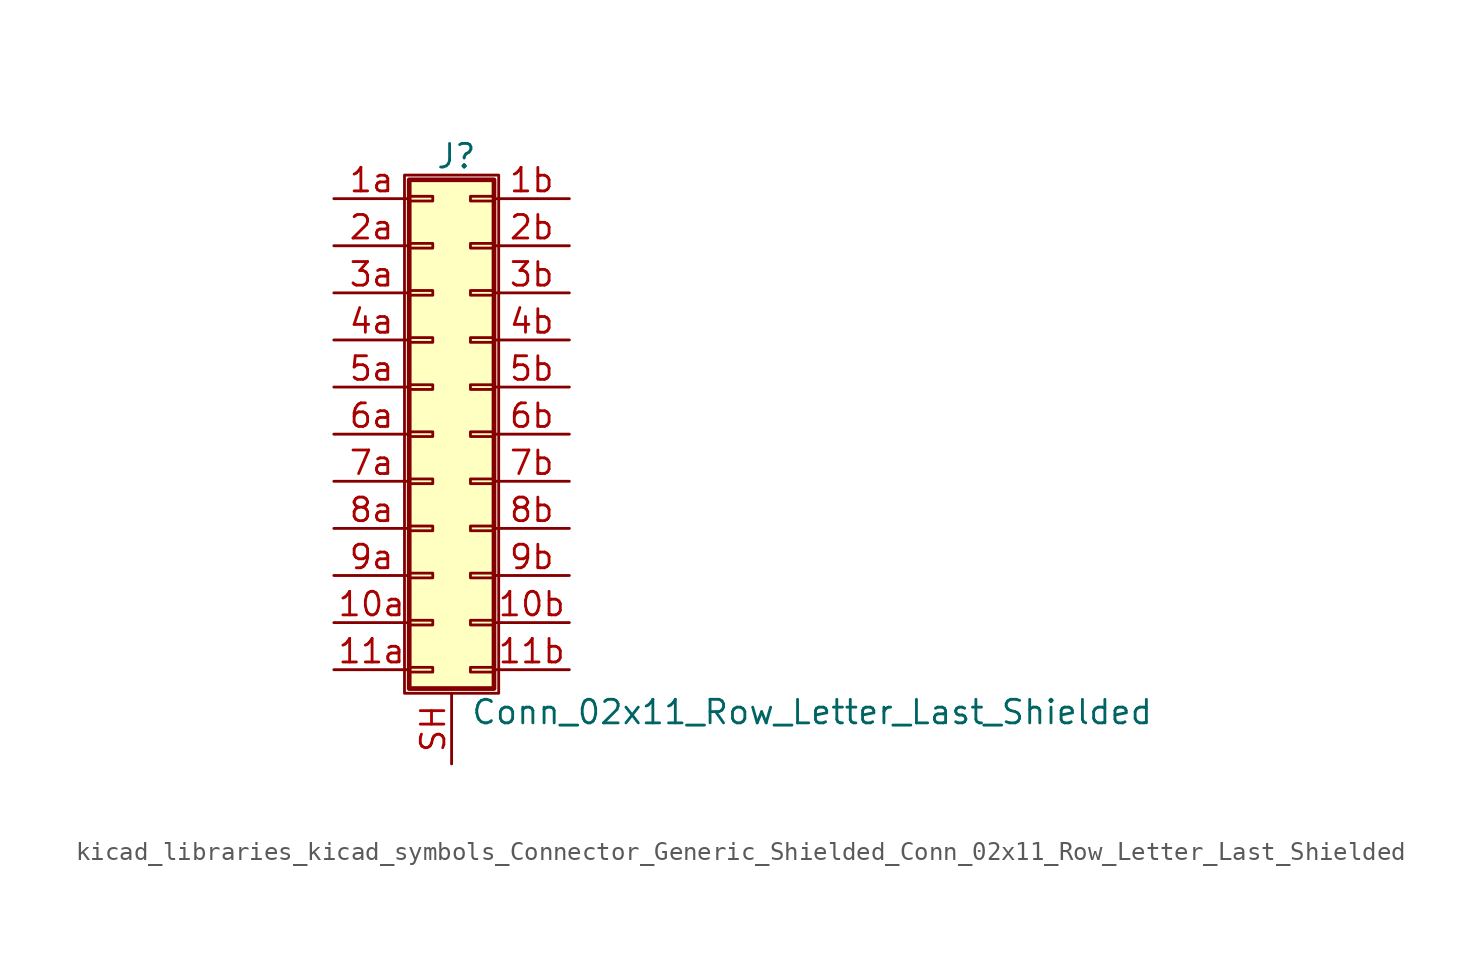
<source format=kicad_sym>
(kicad_symbol_lib
  (version 20220914)
  (generator kicad_symbol_editor)
  (symbol "kicad_libraries_kicad_symbols_Connector_Generic_Shielded_Conn_02x11_Row_Letter_Last_Shielded"
    (pin_names
      (offset 1.016) hide)
    (property "Reference" "J"
      (at 1.524 14.986 0)
      (effects (font (size 1.27 1.27))))
    (property "Value" "Conn_02x11_Row_Letter_Last_Shielded"
      (at 2.286 -14.986 0)
      (effects (font (size 1.27 1.27)) (justify left)))
    (symbol "kicad_libraries_kicad_symbols_Connector_Generic_Shielded_Conn_02x11_Row_Letter_Last_Shielded_1_1"
      (rectangle (start -1.27 13.97) (end 3.81 -13.97) (stroke (width 0.152) (type default)) (fill (type none)))
      (rectangle (start -1.016 -12.573) (end 0.254 -12.827) (stroke (width 0.152) (type default)) (fill (type none)))
      (rectangle (start -1.016 -10.033) (end 0.254 -10.287) (stroke (width 0.152) (type default)) (fill (type none)))
      (rectangle (start -1.016 -7.493) (end 0.254 -7.747) (stroke (width 0.152) (type default)) (fill (type none)))
      (rectangle (start -1.016 -4.953) (end 0.254 -5.207) (stroke (width 0.152) (type default)) (fill (type none)))
      (rectangle (start -1.016 -2.413) (end 0.254 -2.667) (stroke (width 0.152) (type default)) (fill (type none)))
      (rectangle (start -1.016 0.127) (end 0.254 -0.127) (stroke (width 0.152) (type default)) (fill (type none)))
      (rectangle (start -1.016 2.667) (end 0.254 2.413) (stroke (width 0.152) (type default)) (fill (type none)))
      (rectangle (start -1.016 5.207) (end 0.254 4.953) (stroke (width 0.152) (type default)) (fill (type none)))
      (rectangle (start -1.016 7.747) (end 0.254 7.493) (stroke (width 0.152) (type default)) (fill (type none)))
      (rectangle (start -1.016 10.287) (end 0.254 10.033) (stroke (width 0.152) (type default)) (fill (type none)))
      (rectangle (start -1.016 12.827) (end 0.254 12.573) (stroke (width 0.152) (type default)) (fill (type none)))
      (rectangle (start -1.016 13.716) (end 3.556 -13.716) (stroke (width 0.254) (type default)) (fill (type background)))
      (rectangle (start 3.556 -12.573) (end 2.286 -12.827) (stroke (width 0.152) (type default)) (fill (type none)))
      (rectangle (start 3.556 -10.033) (end 2.286 -10.287) (stroke (width 0.152) (type default)) (fill (type none)))
      (rectangle (start 3.556 -7.493) (end 2.286 -7.747) (stroke (width 0.152) (type default)) (fill (type none)))
      (rectangle (start 3.556 -4.953) (end 2.286 -5.207) (stroke (width 0.152) (type default)) (fill (type none)))
      (rectangle (start 3.556 -2.413) (end 2.286 -2.667) (stroke (width 0.152) (type default)) (fill (type none)))
      (rectangle (start 3.556 0.127) (end 2.286 -0.127) (stroke (width 0.152) (type default)) (fill (type none)))
      (rectangle (start 3.556 2.667) (end 2.286 2.413) (stroke (width 0.152) (type default)) (fill (type none)))
      (rectangle (start 3.556 5.207) (end 2.286 4.953) (stroke (width 0.152) (type default)) (fill (type none)))
      (rectangle (start 3.556 7.747) (end 2.286 7.493) (stroke (width 0.152) (type default)) (fill (type none)))
      (rectangle (start 3.556 10.287) (end 2.286 10.033) (stroke (width 0.152) (type default)) (fill (type none)))
      (rectangle (start 3.556 12.827) (end 2.286 12.573) (stroke (width 0.152) (type default)) (fill (type none)))
      (pin passive line (at -5.08 -10.16 0) (length 4.064) (name "Pin_10a" (effects (font (size 1.27 1.27)))) (number "10a" (effects (font (size 1.27 1.27)))))
      (pin passive line (at 7.62 -10.16 180) (length 4.064) (name "Pin_10b" (effects (font (size 1.27 1.27)))) (number "10b" (effects (font (size 1.27 1.27)))))
      (pin passive line (at -5.08 -12.7 0) (length 4.064) (name "Pin_11a" (effects (font (size 1.27 1.27)))) (number "11a" (effects (font (size 1.27 1.27)))))
      (pin passive line (at 7.62 -12.7 180) (length 4.064) (name "Pin_11b" (effects (font (size 1.27 1.27)))) (number "11b" (effects (font (size 1.27 1.27)))))
      (pin passive line (at -5.08 12.7 0) (length 4.064) (name "Pin_1a" (effects (font (size 1.27 1.27)))) (number "1a" (effects (font (size 1.27 1.27)))))
      (pin passive line (at 7.62 12.7 180) (length 4.064) (name "Pin_1b" (effects (font (size 1.27 1.27)))) (number "1b" (effects (font (size 1.27 1.27)))))
      (pin passive line (at -5.08 10.16 0) (length 4.064) (name "Pin_2a" (effects (font (size 1.27 1.27)))) (number "2a" (effects (font (size 1.27 1.27)))))
      (pin passive line (at 7.62 10.16 180) (length 4.064) (name "Pin_2b" (effects (font (size 1.27 1.27)))) (number "2b" (effects (font (size 1.27 1.27)))))
      (pin passive line (at -5.08 7.62 0) (length 4.064) (name "Pin_3a" (effects (font (size 1.27 1.27)))) (number "3a" (effects (font (size 1.27 1.27)))))
      (pin passive line (at 7.62 7.62 180) (length 4.064) (name "Pin_3b" (effects (font (size 1.27 1.27)))) (number "3b" (effects (font (size 1.27 1.27)))))
      (pin passive line (at -5.08 5.08 0) (length 4.064) (name "Pin_4a" (effects (font (size 1.27 1.27)))) (number "4a" (effects (font (size 1.27 1.27)))))
      (pin passive line (at 7.62 5.08 180) (length 4.064) (name "Pin_4b" (effects (font (size 1.27 1.27)))) (number "4b" (effects (font (size 1.27 1.27)))))
      (pin passive line (at -5.08 2.54 0) (length 4.064) (name "Pin_5a" (effects (font (size 1.27 1.27)))) (number "5a" (effects (font (size 1.27 1.27)))))
      (pin passive line (at 7.62 2.54 180) (length 4.064) (name "Pin_5b" (effects (font (size 1.27 1.27)))) (number "5b" (effects (font (size 1.27 1.27)))))
      (pin passive line (at -5.08 0 0) (length 4.064) (name "Pin_6a" (effects (font (size 1.27 1.27)))) (number "6a" (effects (font (size 1.27 1.27)))))
      (pin passive line (at 7.62 0 180) (length 4.064) (name "Pin_6b" (effects (font (size 1.27 1.27)))) (number "6b" (effects (font (size 1.27 1.27)))))
      (pin passive line (at -5.08 -2.54 0) (length 4.064) (name "Pin_7a" (effects (font (size 1.27 1.27)))) (number "7a" (effects (font (size 1.27 1.27)))))
      (pin passive line (at 7.62 -2.54 180) (length 4.064) (name "Pin_7b" (effects (font (size 1.27 1.27)))) (number "7b" (effects (font (size 1.27 1.27)))))
      (pin passive line (at -5.08 -5.08 0) (length 4.064) (name "Pin_8a" (effects (font (size 1.27 1.27)))) (number "8a" (effects (font (size 1.27 1.27)))))
      (pin passive line (at 7.62 -5.08 180) (length 4.064) (name "Pin_8b" (effects (font (size 1.27 1.27)))) (number "8b" (effects (font (size 1.27 1.27)))))
      (pin passive line (at -5.08 -7.62 0) (length 4.064) (name "Pin_9a" (effects (font (size 1.27 1.27)))) (number "9a" (effects (font (size 1.27 1.27)))))
      (pin passive line (at 7.62 -7.62 180) (length 4.064) (name "Pin_9b" (effects (font (size 1.27 1.27)))) (number "9b" (effects (font (size 1.27 1.27)))))
      (pin passive line (at 1.27 -17.78 90) (length 3.81) (name "Shield" (effects (font (size 1.27 1.27)))) (number "SH" (effects (font (size 1.27 1.27))))))))
</source>
